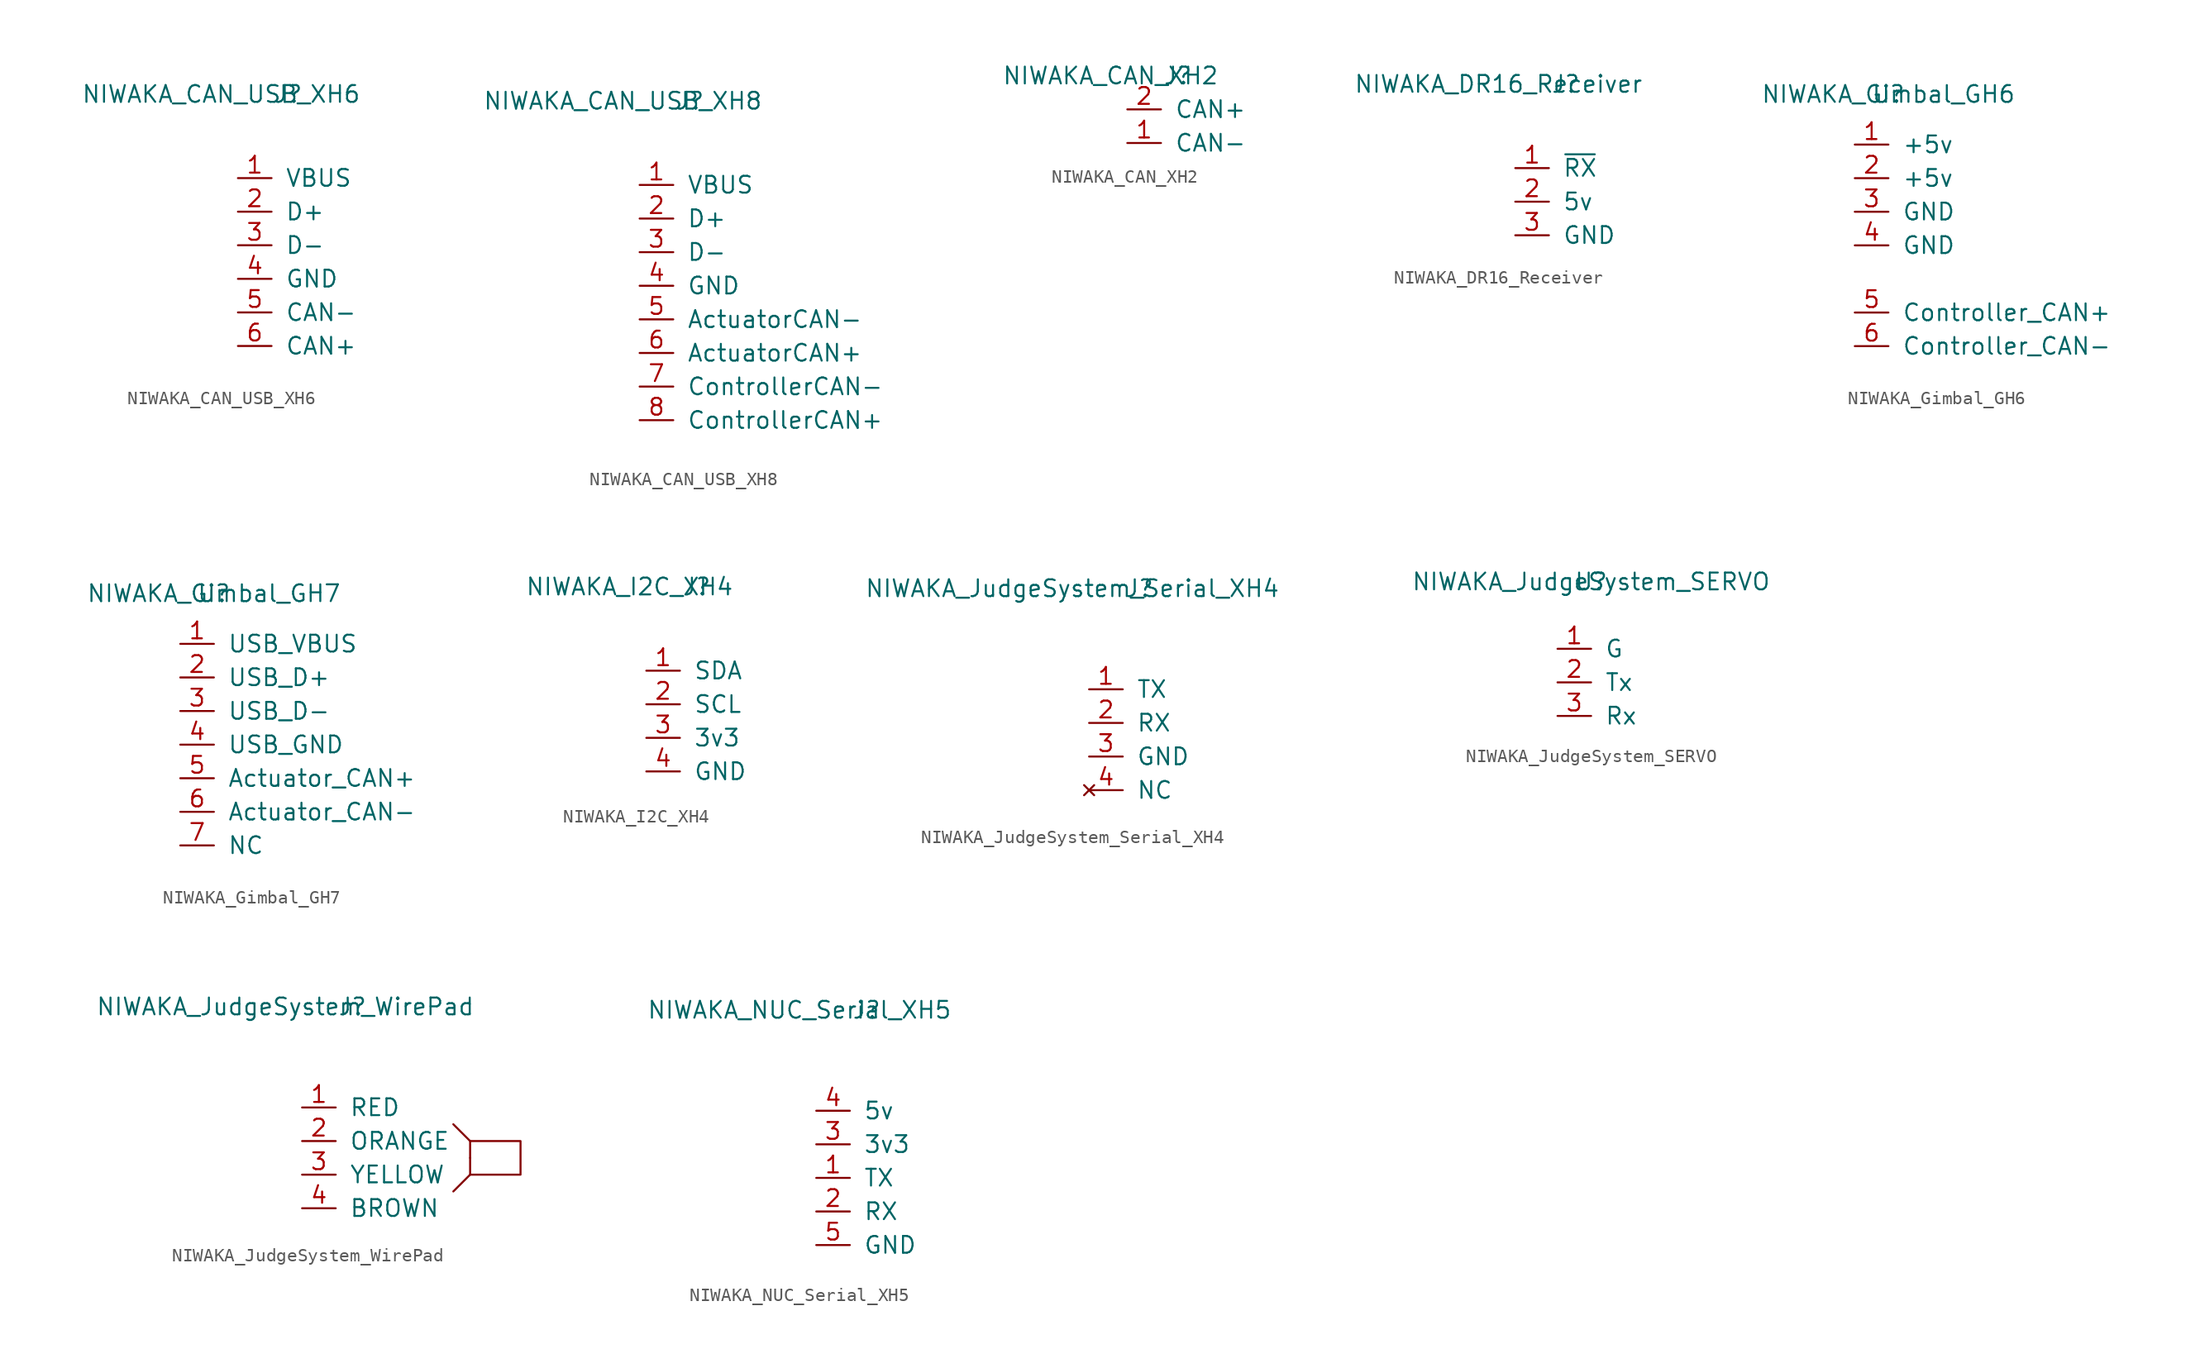
<source format=kicad_sym>
(kicad_symbol_lib
  (version 20220914)
  (generator kicad_symbol_editor)
  (symbol "NIWAKA_CAN_USB_XH6"
    (pin_names
      (offset 1.016))
    (property "Reference" "J"
      (at 1.27 3.81 0)
      (effects (font (size 1.27 1.27))))
    (property "Value" "NIWAKA_CAN_USB_XH6"
      (at -3.81 3.81 0)
      (effects (font (size 1.27 1.27))))
    (symbol "NIWAKA_CAN_USB_XH6_1_1"
      (pin input line (at -2.54 -2.54 0) (length 2.54) (name "VBUS" (effects (font (size 1.27 1.27)))) (number "1" (effects (font (size 1.27 1.27)))))
      (pin input line (at -2.54 -5.08 0) (length 2.54) (name "D+" (effects (font (size 1.27 1.27)))) (number "2" (effects (font (size 1.27 1.27)))))
      (pin input line (at -2.54 -7.62 0) (length 2.54) (name "D-" (effects (font (size 1.27 1.27)))) (number "3" (effects (font (size 1.27 1.27)))))
      (pin input line (at -2.54 -10.16 0) (length 2.54) (name "GND" (effects (font (size 1.27 1.27)))) (number "4" (effects (font (size 1.27 1.27)))))
      (pin input line (at -2.54 -12.7 0) (length 2.54) (name "CAN-" (effects (font (size 1.27 1.27)))) (number "5" (effects (font (size 1.27 1.27)))))
      (pin input line (at -2.54 -15.24 0) (length 2.54) (name "CAN+" (effects (font (size 1.27 1.27)))) (number "6" (effects (font (size 1.27 1.27)))))))
  (symbol "NIWAKA_CAN_USB_XH8"
    (pin_names
      (offset 1.016))
    (property "Reference" "J"
      (at 1.27 3.81 0)
      (effects (font (size 1.27 1.27))))
    (property "Value" "NIWAKA_CAN_USB_XH8"
      (at -3.81 3.81 0)
      (effects (font (size 1.27 1.27))))
    (symbol "NIWAKA_CAN_USB_XH8_1_1"
      (pin input line (at -2.54 -2.54 0) (length 2.54) (name "VBUS" (effects (font (size 1.27 1.27)))) (number "1" (effects (font (size 1.27 1.27)))))
      (pin input line (at -2.54 -5.08 0) (length 2.54) (name "D+" (effects (font (size 1.27 1.27)))) (number "2" (effects (font (size 1.27 1.27)))))
      (pin input line (at -2.54 -7.62 0) (length 2.54) (name "D-" (effects (font (size 1.27 1.27)))) (number "3" (effects (font (size 1.27 1.27)))))
      (pin input line (at -2.54 -10.16 0) (length 2.54) (name "GND" (effects (font (size 1.27 1.27)))) (number "4" (effects (font (size 1.27 1.27)))))
      (pin input line (at -2.54 -12.7 0) (length 2.54) (name "ActuatorCAN-" (effects (font (size 1.27 1.27)))) (number "5" (effects (font (size 1.27 1.27)))))
      (pin input line (at -2.54 -15.24 0) (length 2.54) (name "ActuatorCAN+" (effects (font (size 1.27 1.27)))) (number "6" (effects (font (size 1.27 1.27)))))
      (pin input line (at -2.54 -17.78 0) (length 2.54) (name "ControllerCAN-" (effects (font (size 1.27 1.27)))) (number "7" (effects (font (size 1.27 1.27)))))
      (pin input line (at -2.54 -20.32 0) (length 2.54) (name "ControllerCAN+" (effects (font (size 1.27 1.27)))) (number "8" (effects (font (size 1.27 1.27)))))))
  (symbol "NIWAKA_CAN_XH2"
    (pin_names
      (offset 1.016))
    (property "Reference" "J"
      (at 1.27 3.81 0)
      (effects (font (size 1.27 1.27))))
    (property "Value" "NIWAKA_CAN_XH2"
      (at -3.81 3.81 0)
      (effects (font (size 1.27 1.27))))
    (symbol "NIWAKA_CAN_XH2_1_1"
      (pin input line (at -2.54 -1.27 0) (length 2.54) (name "CAN-" (effects (font (size 1.27 1.27)))) (number "1" (effects (font (size 1.27 1.27)))))
      (pin input line (at -2.54 1.27 0) (length 2.54) (name "CAN+" (effects (font (size 1.27 1.27)))) (number "2" (effects (font (size 1.27 1.27)))))))
  (symbol "NIWAKA_DR16_Receiver"
    (pin_names
      (offset 1.016))
    (property "Reference" "J"
      (at 1.27 3.81 0)
      (effects (font (size 1.27 1.27))))
    (property "Value" "NIWAKA_DR16_Receiver"
      (at -3.81 3.81 0)
      (effects (font (size 1.27 1.27))))
    (symbol "NIWAKA_DR16_Receiver_1_1"
      (pin input line (at -2.54 -2.54 0) (length 2.54) (name "~{RX}" (effects (font (size 1.27 1.27)))) (number "1" (effects (font (size 1.27 1.27)))))
      (pin input line (at -2.54 -5.08 0) (length 2.54) (name "5v" (effects (font (size 1.27 1.27)))) (number "2" (effects (font (size 1.27 1.27)))))
      (pin input line (at -2.54 -7.62 0) (length 2.54) (name "GND" (effects (font (size 1.27 1.27)))) (number "3" (effects (font (size 1.27 1.27)))))))
  (symbol "NIWAKA_Gimbal_GH6"
    (pin_names
      (offset 1.016))
    (property "Reference" "U"
      (at 0 0 0)
      (effects (font (size 1.27 1.27))))
    (property "Value" "NIWAKA_Gimbal_GH6"
      (at 0 0 0)
      (effects (font (size 1.27 1.27))))
    (symbol "NIWAKA_Gimbal_GH6_1_1"
      (pin input line (at -2.54 -3.81 0) (length 2.54) (name "+5v" (effects (font (size 1.27 1.27)))) (number "1" (effects (font (size 1.27 1.27)))))
      (pin input line (at -2.54 -6.35 0) (length 2.54) (name "+5v" (effects (font (size 1.27 1.27)))) (number "2" (effects (font (size 1.27 1.27)))))
      (pin input line (at -2.54 -8.89 0) (length 2.54) (name "GND" (effects (font (size 1.27 1.27)))) (number "3" (effects (font (size 1.27 1.27)))))
      (pin input line (at -2.54 -11.43 0) (length 2.54) (name "GND" (effects (font (size 1.27 1.27)))) (number "4" (effects (font (size 1.27 1.27)))))
      (pin input line (at -2.54 -16.51 0) (length 2.54) (name "Controller_CAN+" (effects (font (size 1.27 1.27)))) (number "5" (effects (font (size 1.27 1.27)))))
      (pin input line (at -2.54 -19.05 0) (length 2.54) (name "Controller_CAN-" (effects (font (size 1.27 1.27)))) (number "6" (effects (font (size 1.27 1.27)))))))
  (symbol "NIWAKA_Gimbal_GH7"
    (pin_names
      (offset 1.016))
    (property "Reference" "U"
      (at 0 0 0)
      (effects (font (size 1.27 1.27))))
    (property "Value" "NIWAKA_Gimbal_GH7"
      (at 0 0 0)
      (effects (font (size 1.27 1.27))))
    (symbol "NIWAKA_Gimbal_GH7_1_1"
      (pin input line (at -2.54 -3.81 0) (length 2.54) (name "USB_VBUS" (effects (font (size 1.27 1.27)))) (number "1" (effects (font (size 1.27 1.27)))))
      (pin input line (at -2.54 -6.35 0) (length 2.54) (name "USB_D+" (effects (font (size 1.27 1.27)))) (number "2" (effects (font (size 1.27 1.27)))))
      (pin input line (at -2.54 -8.89 0) (length 2.54) (name "USB_D-" (effects (font (size 1.27 1.27)))) (number "3" (effects (font (size 1.27 1.27)))))
      (pin input line (at -2.54 -11.43 0) (length 2.54) (name "USB_GND" (effects (font (size 1.27 1.27)))) (number "4" (effects (font (size 1.27 1.27)))))
      (pin input line (at -2.54 -13.97 0) (length 2.54) (name "Actuator_CAN+" (effects (font (size 1.27 1.27)))) (number "5" (effects (font (size 1.27 1.27)))))
      (pin input line (at -2.54 -16.51 0) (length 2.54) (name "Actuator_CAN-" (effects (font (size 1.27 1.27)))) (number "6" (effects (font (size 1.27 1.27)))))
      (pin input line (at -2.54 -19.05 0) (length 2.54) (name "NC" (effects (font (size 1.27 1.27)))) (number "7" (effects (font (size 1.27 1.27)))))))
  (symbol "NIWAKA_I2C_XH4"
    (pin_names
      (offset 1.016))
    (property "Reference" "J"
      (at 1.27 3.81 0)
      (effects (font (size 1.27 1.27))))
    (property "Value" "NIWAKA_I2C_XH4"
      (at -3.81 3.81 0)
      (effects (font (size 1.27 1.27))))
    (symbol "NIWAKA_I2C_XH4_1_1"
      (pin input line (at -2.54 -2.54 0) (length 2.54) (name "SDA" (effects (font (size 1.27 1.27)))) (number "1" (effects (font (size 1.27 1.27)))))
      (pin input line (at -2.54 -5.08 0) (length 2.54) (name "SCL" (effects (font (size 1.27 1.27)))) (number "2" (effects (font (size 1.27 1.27)))))
      (pin input line (at -2.54 -7.62 0) (length 2.54) (name "3v3" (effects (font (size 1.27 1.27)))) (number "3" (effects (font (size 1.27 1.27)))))
      (pin input line (at -2.54 -10.16 0) (length 2.54) (name "GND" (effects (font (size 1.27 1.27)))) (number "4" (effects (font (size 1.27 1.27)))))))
  (symbol "NIWAKA_JudgeSystem_Serial_XH4"
    (pin_names
      (offset 1.016))
    (property "Reference" "J"
      (at 1.27 3.81 0)
      (effects (font (size 1.27 1.27))))
    (property "Value" "NIWAKA_JudgeSystem_Serial_XH4"
      (at -3.81 3.81 0)
      (effects (font (size 1.27 1.27))))
    (symbol "NIWAKA_JudgeSystem_Serial_XH4_1_1"
      (pin input line (at -2.54 -3.81 0) (length 2.54) (name "TX" (effects (font (size 1.27 1.27)))) (number "1" (effects (font (size 1.27 1.27)))))
      (pin input line (at -2.54 -6.35 0) (length 2.54) (name "RX" (effects (font (size 1.27 1.27)))) (number "2" (effects (font (size 1.27 1.27)))))
      (pin input line (at -2.54 -8.89 0) (length 2.54) (name "GND" (effects (font (size 1.27 1.27)))) (number "3" (effects (font (size 1.27 1.27)))))
      (pin no_connect line (at -2.54 -11.43 0) (length 2.54) (name "NC" (effects (font (size 1.27 1.27)))) (number "4" (effects (font (size 1.27 1.27)))))))
  (symbol "NIWAKA_JudgeSystem_SERVO"
    (pin_names
      (offset 1.016))
    (property "Reference" "U"
      (at 0 0 0)
      (effects (font (size 1.27 1.27))))
    (property "Value" "NIWAKA_JudgeSystem_SERVO"
      (at 0 0 0)
      (effects (font (size 1.27 1.27))))
    (symbol "NIWAKA_JudgeSystem_SERVO_1_1"
      (pin input line (at -2.54 -5.08 0) (length 2.54) (name "G" (effects (font (size 1.27 1.27)))) (number "1" (effects (font (size 1.27 1.27)))))
      (pin input line (at -2.54 -7.62 0) (length 2.54) (name "Tx" (effects (font (size 1.27 1.27)))) (number "2" (effects (font (size 1.27 1.27)))))
      (pin input line (at -2.54 -10.16 0) (length 2.54) (name "Rx" (effects (font (size 1.27 1.27)))) (number "3" (effects (font (size 1.27 1.27)))))))
  (symbol "NIWAKA_JudgeSystem_WirePad"
    (pin_names
      (offset 1.016))
    (property "Reference" "J"
      (at 1.27 3.81 0)
      (effects (font (size 1.27 1.27))))
    (property "Value" "NIWAKA_JudgeSystem_WirePad"
      (at -3.81 3.81 0)
      (effects (font (size 1.27 1.27))))
    (symbol "NIWAKA_JudgeSystem_WirePad_0_1"
      (polyline (pts (xy 10.16 -8.89) (xy 8.89 -10.16)) (stroke (width 0) (type solid)) (fill (type none)))
      (polyline (pts (xy 10.16 -6.35) (xy 8.89 -5.08)) (stroke (width 0) (type solid)) (fill (type none)))
      (rectangle (start 10.16 -7.62) (end 10.16 -7.62) (stroke (width 0) (type solid)) (fill (type none)))
      (rectangle (start 10.16 -6.35) (end 13.97 -8.89) (stroke (width 0) (type solid)) (fill (type none))))
    (symbol "NIWAKA_JudgeSystem_WirePad_1_1"
      (pin input line (at -2.54 -3.81 0) (length 2.54) (name "RED" (effects (font (size 1.27 1.27)))) (number "1" (effects (font (size 1.27 1.27)))))
      (pin input line (at -2.54 -6.35 0) (length 2.54) (name "ORANGE" (effects (font (size 1.27 1.27)))) (number "2" (effects (font (size 1.27 1.27)))))
      (pin input line (at -2.54 -8.89 0) (length 2.54) (name "YELLOW" (effects (font (size 1.27 1.27)))) (number "3" (effects (font (size 1.27 1.27)))))
      (pin input line (at -2.54 -11.43 0) (length 2.54) (name "BROWN" (effects (font (size 1.27 1.27)))) (number "4" (effects (font (size 1.27 1.27)))))))
  (symbol "NIWAKA_NUC_Serial_XH5"
    (pin_names
      (offset 1.016))
    (property "Reference" "J"
      (at 1.27 3.81 0)
      (effects (font (size 1.27 1.27))))
    (property "Value" "NIWAKA_NUC_Serial_XH5"
      (at -3.81 3.81 0)
      (effects (font (size 1.27 1.27))))
    (symbol "NIWAKA_NUC_Serial_XH5_1_1"
      (pin input line (at -2.54 -8.89 0) (length 2.54) (name "TX" (effects (font (size 1.27 1.27)))) (number "1" (effects (font (size 1.27 1.27)))))
      (pin input line (at -2.54 -11.43 0) (length 2.54) (name "RX" (effects (font (size 1.27 1.27)))) (number "2" (effects (font (size 1.27 1.27)))))
      (pin input line (at -2.54 -6.35 0) (length 2.54) (name "3v3" (effects (font (size 1.27 1.27)))) (number "3" (effects (font (size 1.27 1.27)))))
      (pin input line (at -2.54 -3.81 0) (length 2.54) (name "5v" (effects (font (size 1.27 1.27)))) (number "4" (effects (font (size 1.27 1.27)))))
      (pin input line (at -2.54 -13.97 0) (length 2.54) (name "GND" (effects (font (size 1.27 1.27)))) (number "5" (effects (font (size 1.27 1.27))))))))
</source>
